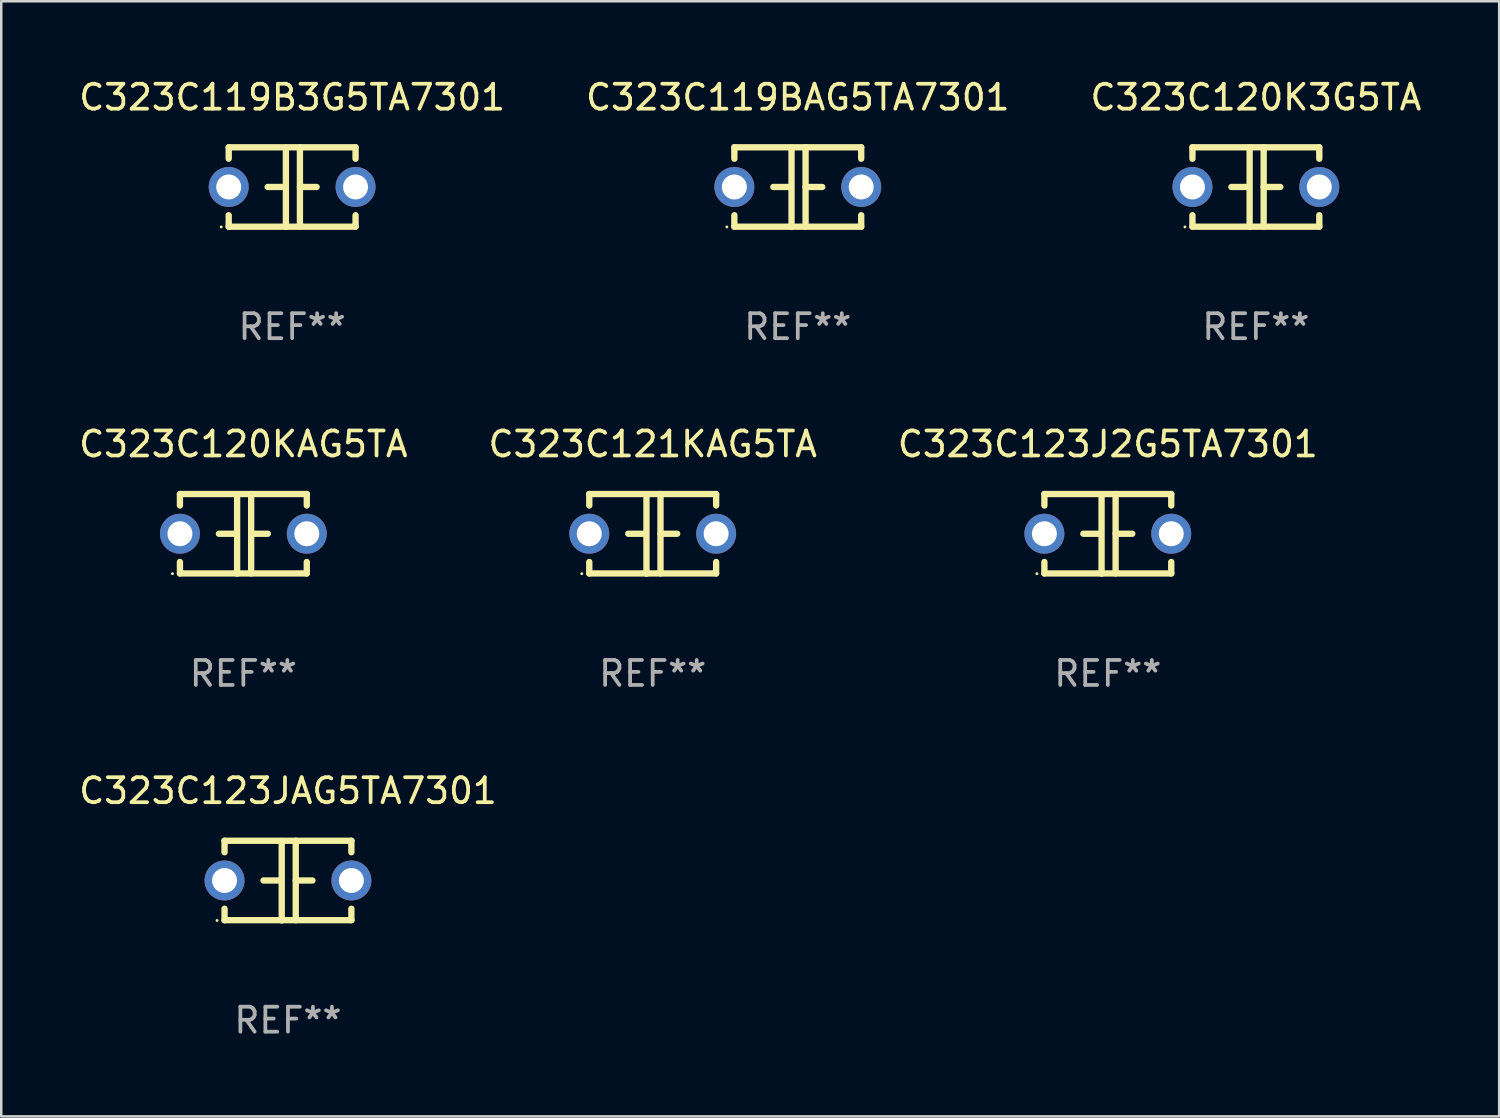
<source format=kicad_pcb>
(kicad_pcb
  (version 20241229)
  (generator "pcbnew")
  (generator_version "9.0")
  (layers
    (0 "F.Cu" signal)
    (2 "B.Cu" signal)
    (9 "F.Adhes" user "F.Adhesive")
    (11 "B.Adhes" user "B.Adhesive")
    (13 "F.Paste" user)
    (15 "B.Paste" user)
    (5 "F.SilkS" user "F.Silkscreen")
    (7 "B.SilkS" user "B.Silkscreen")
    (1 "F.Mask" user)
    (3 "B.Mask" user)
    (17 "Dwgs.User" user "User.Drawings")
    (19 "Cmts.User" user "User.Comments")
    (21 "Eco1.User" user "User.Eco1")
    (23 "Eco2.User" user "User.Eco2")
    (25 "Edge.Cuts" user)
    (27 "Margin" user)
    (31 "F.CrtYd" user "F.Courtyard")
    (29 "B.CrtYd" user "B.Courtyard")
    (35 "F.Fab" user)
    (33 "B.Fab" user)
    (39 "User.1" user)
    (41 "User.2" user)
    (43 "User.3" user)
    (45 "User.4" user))
  (footprint "C323C120KAG5TA"
    (layer "F.Cu")
    (at 6.696 18.33)
    (property "Reference" "C323C120KAG5TA" (at 0 -3.595 0) (layer "F.SilkS") (effects (font (size 1 1) (thickness 0.15))))
    (attr through_hole)
    (fp_line (start -2.54 -1.595) (end -2.54 -1.136) (stroke (width 0.254) (type solid)) (layer "F.SilkS"))
    (fp_line (start -2.54 -1.595) (end 2.54 -1.595) (stroke (width 0.254) (type solid)) (layer "F.SilkS"))
    (fp_line (start -2.54 1.126) (end -2.54 1.585) (stroke (width 0.254) (type solid)) (layer "F.SilkS"))
    (fp_line (start -0.312 -0.005) (end -0.98 -0.005) (stroke (width 0.254) (type solid)) (layer "F.SilkS"))
    (fp_line (start -0.25 -1.585) (end -0.25 1.595) (stroke (width 0.254) (type solid)) (layer "F.SilkS"))
    (fp_line (start 0.312 -1.595) (end 0.312 1.585) (stroke (width 0.254) (type solid)) (layer "F.SilkS"))
    (fp_line (start 0.312 -0.005) (end 0.98 -0.005) (stroke (width 0.254) (type solid)) (layer "F.SilkS"))
    (fp_line (start 2.54 -1.595) (end 2.54 -1.136) (stroke (width 0.254) (type solid)) (layer "F.SilkS"))
    (fp_line (start 2.54 1.126) (end 2.54 1.585) (stroke (width 0.254) (type solid)) (layer "F.SilkS"))
    (fp_line (start 2.54 1.585) (end -2.54 1.585) (stroke (width 0.254) (type solid)) (layer "F.SilkS"))
    (fp_circle (center -2.84 1.595) (end -2.81 1.595) (stroke (width 0.06) (type solid)) (fill no) (layer "F.SilkS"))
    (fp_text user "REF**" (at 0 5.595 0) (layer "F.Fab") (effects (font (size 1 1) (thickness 0.15))))
    (pad "1" thru_hole circle (at -2.54 -0.005) (size 1.6 1.6) (drill 1) (layers "*.Cu" "*.Mask"))
    (pad "2" thru_hole circle (at 2.54 -0.005) (size 1.6 1.6) (drill 1) (layers "*.Cu" "*.Mask")))
  (footprint "C323C123J2G5TA7301"
    (layer "F.Cu")
    (at 41.315 18.33)
    (property "Reference" "C323C123J2G5TA7301" (at 0 -3.595 0) (layer "F.SilkS") (effects (font (size 1 1) (thickness 0.15))))
    (attr through_hole)
    (fp_line (start -2.54 -1.595) (end -2.54 -1.136) (stroke (width 0.254) (type solid)) (layer "F.SilkS"))
    (fp_line (start -2.54 -1.595) (end 2.54 -1.595) (stroke (width 0.254) (type solid)) (layer "F.SilkS"))
    (fp_line (start -2.54 1.126) (end -2.54 1.585) (stroke (width 0.254) (type solid)) (layer "F.SilkS"))
    (fp_line (start -0.312 -0.005) (end -0.98 -0.005) (stroke (width 0.254) (type solid)) (layer "F.SilkS"))
    (fp_line (start -0.25 -1.585) (end -0.25 1.595) (stroke (width 0.254) (type solid)) (layer "F.SilkS"))
    (fp_line (start 0.312 -1.595) (end 0.312 1.585) (stroke (width 0.254) (type solid)) (layer "F.SilkS"))
    (fp_line (start 0.312 -0.005) (end 0.98 -0.005) (stroke (width 0.254) (type solid)) (layer "F.SilkS"))
    (fp_line (start 2.54 -1.595) (end 2.54 -1.136) (stroke (width 0.254) (type solid)) (layer "F.SilkS"))
    (fp_line (start 2.54 1.126) (end 2.54 1.585) (stroke (width 0.254) (type solid)) (layer "F.SilkS"))
    (fp_line (start 2.54 1.585) (end -2.54 1.585) (stroke (width 0.254) (type solid)) (layer "F.SilkS"))
    (fp_circle (center -2.84 1.595) (end -2.81 1.595) (stroke (width 0.06) (type solid)) (fill no) (layer "F.SilkS"))
    (fp_text user "REF**" (at 0 5.595 0) (layer "F.Fab") (effects (font (size 1 1) (thickness 0.15))))
    (pad "1" thru_hole circle (at -2.54 -0.005) (size 1.6 1.6) (drill 1) (layers "*.Cu" "*.Mask"))
    (pad "2" thru_hole circle (at 2.54 -0.005) (size 1.6 1.6) (drill 1) (layers "*.Cu" "*.Mask")))
  (footprint "C323C123JAG5TA7301"
    (layer "F.Cu")
    (at 8.482 32.216)
    (property "Reference" "C323C123JAG5TA7301" (at 0 -3.595 0) (layer "F.SilkS") (effects (font (size 1 1) (thickness 0.15))))
    (attr through_hole)
    (fp_line (start -2.54 -1.595) (end -2.54 -1.136) (stroke (width 0.254) (type solid)) (layer "F.SilkS"))
    (fp_line (start -2.54 -1.595) (end 2.54 -1.595) (stroke (width 0.254) (type solid)) (layer "F.SilkS"))
    (fp_line (start -2.54 1.126) (end -2.54 1.585) (stroke (width 0.254) (type solid)) (layer "F.SilkS"))
    (fp_line (start -0.312 -0.005) (end -0.98 -0.005) (stroke (width 0.254) (type solid)) (layer "F.SilkS"))
    (fp_line (start -0.25 -1.585) (end -0.25 1.595) (stroke (width 0.254) (type solid)) (layer "F.SilkS"))
    (fp_line (start 0.312 -1.595) (end 0.312 1.585) (stroke (width 0.254) (type solid)) (layer "F.SilkS"))
    (fp_line (start 0.312 -0.005) (end 0.98 -0.005) (stroke (width 0.254) (type solid)) (layer "F.SilkS"))
    (fp_line (start 2.54 -1.595) (end 2.54 -1.136) (stroke (width 0.254) (type solid)) (layer "F.SilkS"))
    (fp_line (start 2.54 1.126) (end 2.54 1.585) (stroke (width 0.254) (type solid)) (layer "F.SilkS"))
    (fp_line (start 2.54 1.585) (end -2.54 1.585) (stroke (width 0.254) (type solid)) (layer "F.SilkS"))
    (fp_circle (center -2.84 1.595) (end -2.81 1.595) (stroke (width 0.06) (type solid)) (fill no) (layer "F.SilkS"))
    (fp_text user "REF**" (at 0 5.595 0) (layer "F.Fab") (effects (font (size 1 1) (thickness 0.15))))
    (pad "1" thru_hole circle (at -2.54 -0.005) (size 1.6 1.6) (drill 1) (layers "*.Cu" "*.Mask"))
    (pad "2" thru_hole circle (at 2.54 -0.005) (size 1.6 1.6) (drill 1) (layers "*.Cu" "*.Mask")))
  (footprint "C323C120K3G5TA"
    (layer "F.Cu")
    (at 47.244 4.443)
    (property "Reference" "C323C120K3G5TA" (at 0 -3.595 0) (layer "F.SilkS") (effects (font (size 1 1) (thickness 0.15))))
    (attr through_hole)
    (fp_line (start -2.54 -1.595) (end -2.54 -1.136) (stroke (width 0.254) (type solid)) (layer "F.SilkS"))
    (fp_line (start -2.54 -1.595) (end 2.54 -1.595) (stroke (width 0.254) (type solid)) (layer "F.SilkS"))
    (fp_line (start -2.54 1.126) (end -2.54 1.585) (stroke (width 0.254) (type solid)) (layer "F.SilkS"))
    (fp_line (start -0.312 -0.005) (end -0.98 -0.005) (stroke (width 0.254) (type solid)) (layer "F.SilkS"))
    (fp_line (start -0.25 -1.585) (end -0.25 1.595) (stroke (width 0.254) (type solid)) (layer "F.SilkS"))
    (fp_line (start 0.312 -1.595) (end 0.312 1.585) (stroke (width 0.254) (type solid)) (layer "F.SilkS"))
    (fp_line (start 0.312 -0.005) (end 0.98 -0.005) (stroke (width 0.254) (type solid)) (layer "F.SilkS"))
    (fp_line (start 2.54 -1.595) (end 2.54 -1.136) (stroke (width 0.254) (type solid)) (layer "F.SilkS"))
    (fp_line (start 2.54 1.126) (end 2.54 1.585) (stroke (width 0.254) (type solid)) (layer "F.SilkS"))
    (fp_line (start 2.54 1.585) (end -2.54 1.585) (stroke (width 0.254) (type solid)) (layer "F.SilkS"))
    (fp_circle (center -2.84 1.595) (end -2.81 1.595) (stroke (width 0.06) (type solid)) (fill no) (layer "F.SilkS"))
    (fp_text user "REF**" (at 0 5.595 0) (layer "F.Fab") (effects (font (size 1 1) (thickness 0.15))))
    (pad "1" thru_hole circle (at -2.54 -0.005) (size 1.6 1.6) (drill 1) (layers "*.Cu" "*.Mask"))
    (pad "2" thru_hole circle (at 2.54 -0.005) (size 1.6 1.6) (drill 1) (layers "*.Cu" "*.Mask")))
  (footprint "C323C119BAG5TA7301"
    (layer "F.Cu")
    (at 28.899 4.443)
    (property "Reference" "C323C119BAG5TA7301" (at 0 -3.595 0) (layer "F.SilkS") (effects (font (size 1 1) (thickness 0.15))))
    (attr through_hole)
    (fp_line (start -2.54 -1.595) (end -2.54 -1.136) (stroke (width 0.254) (type solid)) (layer "F.SilkS"))
    (fp_line (start -2.54 -1.595) (end 2.54 -1.595) (stroke (width 0.254) (type solid)) (layer "F.SilkS"))
    (fp_line (start -2.54 1.126) (end -2.54 1.585) (stroke (width 0.254) (type solid)) (layer "F.SilkS"))
    (fp_line (start -0.312 -0.005) (end -0.98 -0.005) (stroke (width 0.254) (type solid)) (layer "F.SilkS"))
    (fp_line (start -0.25 -1.585) (end -0.25 1.595) (stroke (width 0.254) (type solid)) (layer "F.SilkS"))
    (fp_line (start 0.312 -1.595) (end 0.312 1.585) (stroke (width 0.254) (type solid)) (layer "F.SilkS"))
    (fp_line (start 0.312 -0.005) (end 0.98 -0.005) (stroke (width 0.254) (type solid)) (layer "F.SilkS"))
    (fp_line (start 2.54 -1.595) (end 2.54 -1.136) (stroke (width 0.254) (type solid)) (layer "F.SilkS"))
    (fp_line (start 2.54 1.126) (end 2.54 1.585) (stroke (width 0.254) (type solid)) (layer "F.SilkS"))
    (fp_line (start 2.54 1.585) (end -2.54 1.585) (stroke (width 0.254) (type solid)) (layer "F.SilkS"))
    (fp_circle (center -2.84 1.595) (end -2.81 1.595) (stroke (width 0.06) (type solid)) (fill no) (layer "F.SilkS"))
    (fp_text user "REF**" (at 0 5.595 0) (layer "F.Fab") (effects (font (size 1 1) (thickness 0.15))))
    (pad "1" thru_hole circle (at -2.54 -0.005) (size 1.6 1.6) (drill 1) (layers "*.Cu" "*.Mask"))
    (pad "2" thru_hole circle (at 2.54 -0.005) (size 1.6 1.6) (drill 1) (layers "*.Cu" "*.Mask")))
  (footprint "C323C121KAG5TA"
    (layer "F.Cu")
    (at 23.089 18.33)
    (property "Reference" "C323C121KAG5TA" (at 0 -3.595 0) (layer "F.SilkS") (effects (font (size 1 1) (thickness 0.15))))
    (attr through_hole)
    (fp_line (start -2.54 -1.595) (end -2.54 -1.136) (stroke (width 0.254) (type solid)) (layer "F.SilkS"))
    (fp_line (start -2.54 -1.595) (end 2.54 -1.595) (stroke (width 0.254) (type solid)) (layer "F.SilkS"))
    (fp_line (start -2.54 1.126) (end -2.54 1.585) (stroke (width 0.254) (type solid)) (layer "F.SilkS"))
    (fp_line (start -0.312 -0.005) (end -0.98 -0.005) (stroke (width 0.254) (type solid)) (layer "F.SilkS"))
    (fp_line (start -0.25 -1.585) (end -0.25 1.595) (stroke (width 0.254) (type solid)) (layer "F.SilkS"))
    (fp_line (start 0.312 -1.595) (end 0.312 1.585) (stroke (width 0.254) (type solid)) (layer "F.SilkS"))
    (fp_line (start 0.312 -0.005) (end 0.98 -0.005) (stroke (width 0.254) (type solid)) (layer "F.SilkS"))
    (fp_line (start 2.54 -1.595) (end 2.54 -1.136) (stroke (width 0.254) (type solid)) (layer "F.SilkS"))
    (fp_line (start 2.54 1.126) (end 2.54 1.585) (stroke (width 0.254) (type solid)) (layer "F.SilkS"))
    (fp_line (start 2.54 1.585) (end -2.54 1.585) (stroke (width 0.254) (type solid)) (layer "F.SilkS"))
    (fp_circle (center -2.84 1.595) (end -2.81 1.595) (stroke (width 0.06) (type solid)) (fill no) (layer "F.SilkS"))
    (fp_text user "REF**" (at 0 5.595 0) (layer "F.Fab") (effects (font (size 1 1) (thickness 0.15))))
    (pad "1" thru_hole circle (at -2.54 -0.005) (size 1.6 1.6) (drill 1) (layers "*.Cu" "*.Mask"))
    (pad "2" thru_hole circle (at 2.54 -0.005) (size 1.6 1.6) (drill 1) (layers "*.Cu" "*.Mask")))
  (footprint "C323C119B3G5TA7301"
    (layer "F.Cu")
    (at 8.649 4.443)
    (property "Reference" "C323C119B3G5TA7301" (at 0 -3.595 0) (layer "F.SilkS") (effects (font (size 1 1) (thickness 0.15))))
    (attr through_hole)
    (fp_line (start -2.54 -1.595) (end -2.54 -1.136) (stroke (width 0.254) (type solid)) (layer "F.SilkS"))
    (fp_line (start -2.54 -1.595) (end 2.54 -1.595) (stroke (width 0.254) (type solid)) (layer "F.SilkS"))
    (fp_line (start -2.54 1.126) (end -2.54 1.585) (stroke (width 0.254) (type solid)) (layer "F.SilkS"))
    (fp_line (start -0.312 -0.005) (end -0.98 -0.005) (stroke (width 0.254) (type solid)) (layer "F.SilkS"))
    (fp_line (start -0.25 -1.585) (end -0.25 1.595) (stroke (width 0.254) (type solid)) (layer "F.SilkS"))
    (fp_line (start 0.312 -1.595) (end 0.312 1.585) (stroke (width 0.254) (type solid)) (layer "F.SilkS"))
    (fp_line (start 0.312 -0.005) (end 0.98 -0.005) (stroke (width 0.254) (type solid)) (layer "F.SilkS"))
    (fp_line (start 2.54 -1.595) (end 2.54 -1.136) (stroke (width 0.254) (type solid)) (layer "F.SilkS"))
    (fp_line (start 2.54 1.126) (end 2.54 1.585) (stroke (width 0.254) (type solid)) (layer "F.SilkS"))
    (fp_line (start 2.54 1.585) (end -2.54 1.585) (stroke (width 0.254) (type solid)) (layer "F.SilkS"))
    (fp_circle (center -2.84 1.595) (end -2.81 1.595) (stroke (width 0.06) (type solid)) (fill no) (layer "F.SilkS"))
    (fp_text user "REF**" (at 0 5.595 0) (layer "F.Fab") (effects (font (size 1 1) (thickness 0.15))))
    (pad "1" thru_hole circle (at -2.54 -0.005) (size 1.6 1.6) (drill 1) (layers "*.Cu" "*.Mask"))
    (pad "2" thru_hole circle (at 2.54 -0.005) (size 1.6 1.6) (drill 1) (layers "*.Cu" "*.Mask")))
  (gr_rect
    (start -3 -3)
    (end 56.988 41.659)
    (stroke (width 0.1) (type default))
    (fill no)
    (layer "Edge.Cuts")))
</source>
